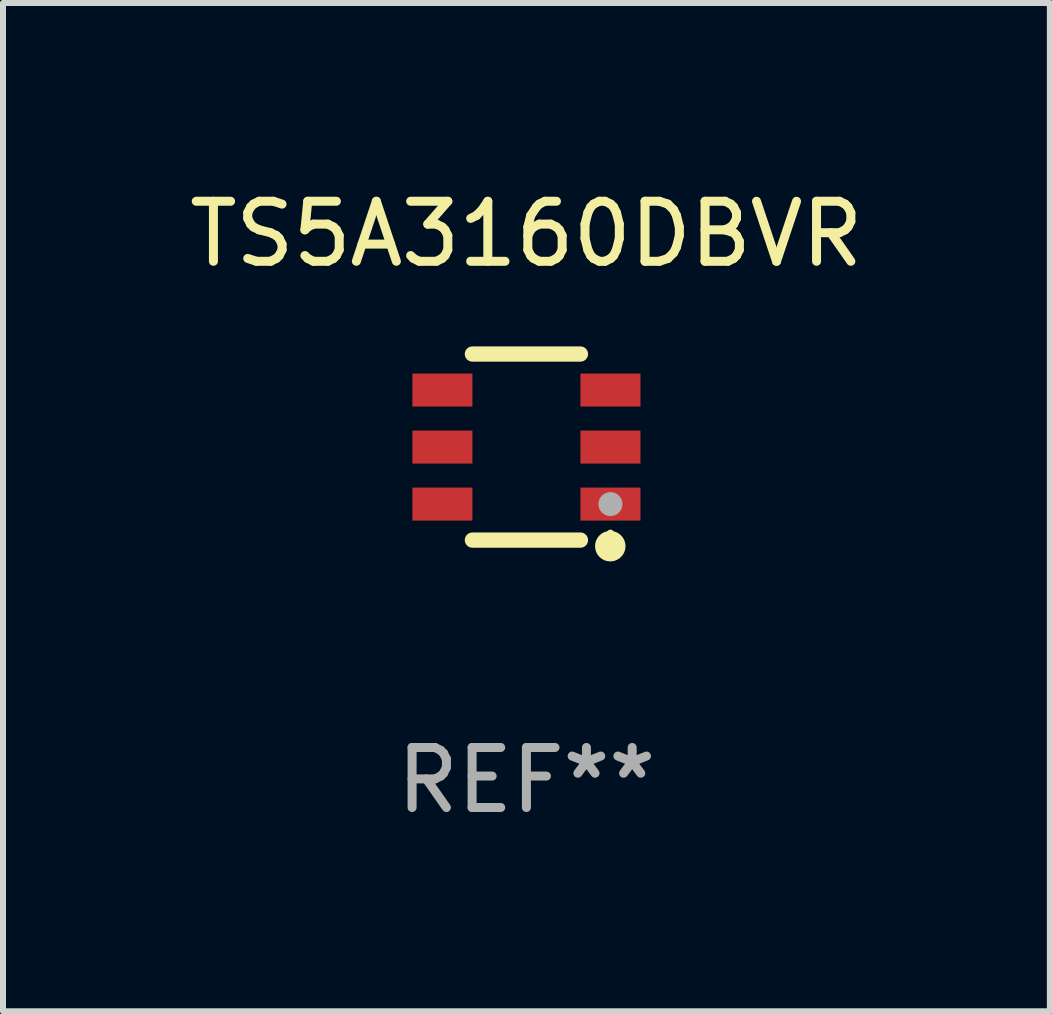
<source format=kicad_pcb>
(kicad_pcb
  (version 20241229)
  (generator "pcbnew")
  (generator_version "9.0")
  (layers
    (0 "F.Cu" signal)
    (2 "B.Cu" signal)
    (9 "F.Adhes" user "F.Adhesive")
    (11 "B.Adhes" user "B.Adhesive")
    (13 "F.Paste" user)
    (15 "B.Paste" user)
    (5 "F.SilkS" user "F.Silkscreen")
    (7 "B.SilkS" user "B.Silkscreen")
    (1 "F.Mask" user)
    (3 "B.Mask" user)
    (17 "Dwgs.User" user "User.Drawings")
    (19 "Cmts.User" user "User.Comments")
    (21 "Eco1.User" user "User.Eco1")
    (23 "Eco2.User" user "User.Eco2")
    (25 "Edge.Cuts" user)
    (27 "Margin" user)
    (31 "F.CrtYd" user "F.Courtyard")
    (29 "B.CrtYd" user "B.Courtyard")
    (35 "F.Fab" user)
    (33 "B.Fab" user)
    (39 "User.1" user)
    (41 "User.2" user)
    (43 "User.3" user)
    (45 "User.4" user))
  (footprint "TS5A3160DBVR"
    (layer "F.Cu")
    (at 5.72 4.398)
    (property "Reference" "TS5A3160DBVR" (at 0 -3.55 0) (layer "F.SilkS") (effects (font (size 1 1) (thickness 0.15))))
    (attr through_hole)
    (fp_line (start -0.9 -1.55) (end 0.9 -1.55) (stroke (width 0.254) (type solid)) (layer "F.SilkS"))
    (fp_line (start -0.9 1.55) (end 0.9 1.55) (stroke (width 0.254) (type solid)) (layer "F.SilkS"))
    (fp_circle (center 1.397 1.651) (end 1.524 1.651) (stroke (width 0.254) (type solid)) (fill no) (layer "F.SilkS"))
    (fp_circle (center 1.4 1.435) (end 1.43 1.435) (stroke (width 0.06) (type solid)) (fill no) (layer "F.SilkS"))
    (fp_circle (center 1.4 0.95) (end 1.5 0.95) (stroke (width 0.2) (type solid)) (fill no) (layer "F.Fab"))
    (fp_text user "REF**" (at 0 5.55 0) (layer "F.Fab") (effects (font (size 1 1) (thickness 0.15))))
    (pad "1" smd rect (at 1.4 0.95) (size 1 0.55) (layers "F.Cu" "F.Mask" "F.Paste"))
    (pad "2" smd rect (at 1.4 -0.000102) (size 1 0.55) (layers "F.Cu" "F.Mask" "F.Paste"))
    (pad "3" smd rect (at 1.4 -0.95) (size 1 0.55) (layers "F.Cu" "F.Mask" "F.Paste"))
    (pad "4" smd rect (at -1.4 -0.95) (size 1 0.55) (layers "F.Cu" "F.Mask" "F.Paste"))
    (pad "5" smd rect (at -1.4 -0.000102) (size 1 0.55) (layers "F.Cu" "F.Mask" "F.Paste"))
    (pad "6" smd rect (at -1.4 0.95) (size 1 0.55) (layers "F.Cu" "F.Mask" "F.Paste")))
  (gr_rect
    (start -3 -3)
    (end 14.44 13.797)
    (stroke (width 0.1) (type default))
    (fill no)
    (layer "Edge.Cuts")))
</source>
